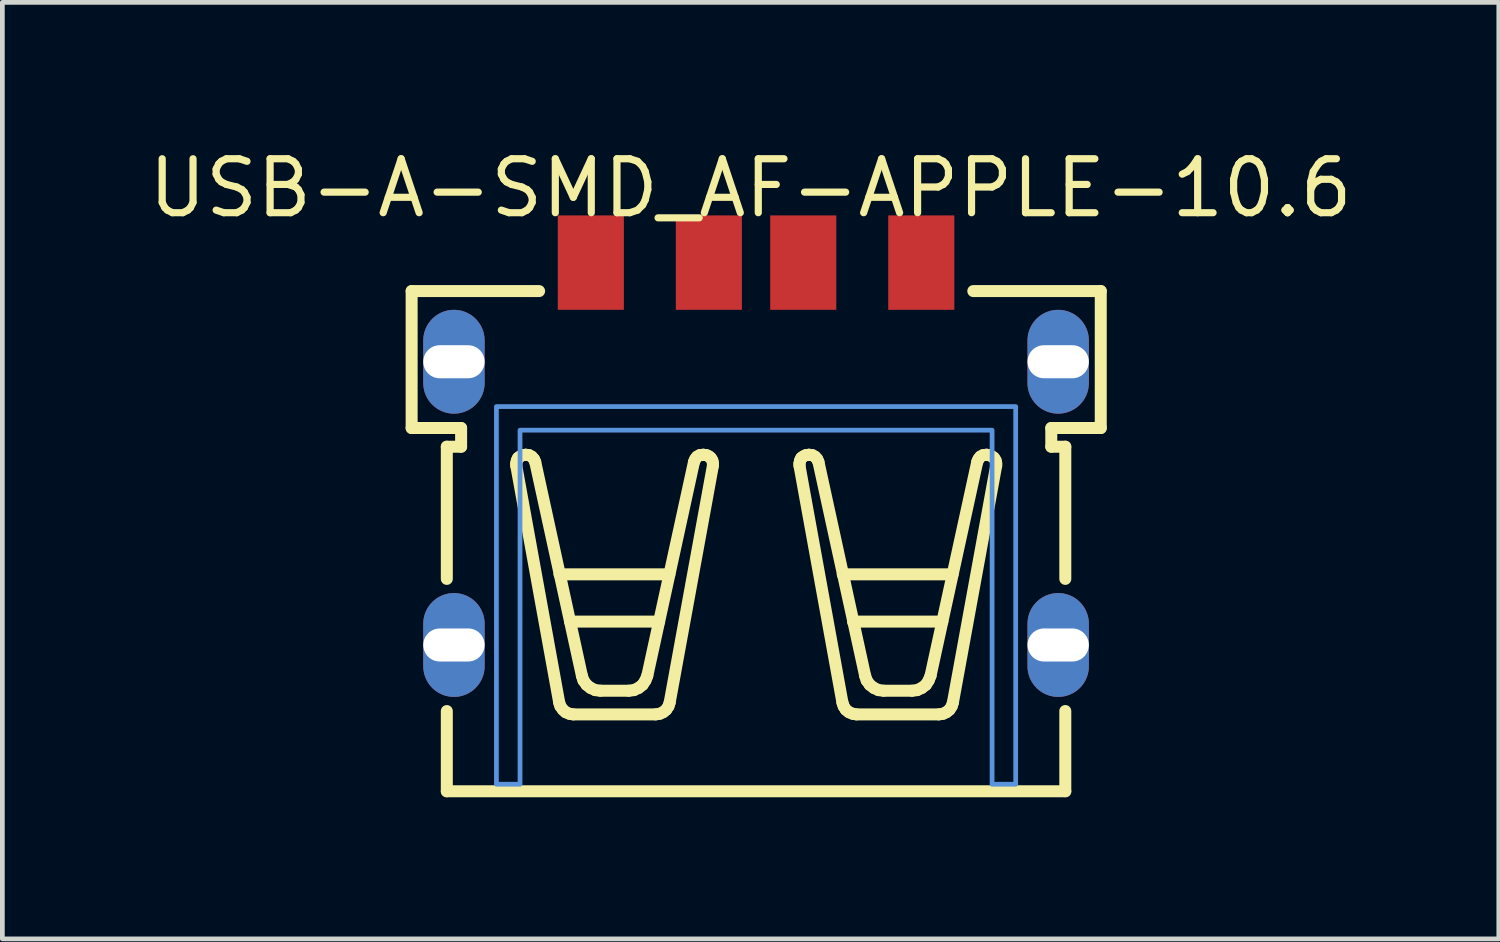
<source format=kicad_pcb>
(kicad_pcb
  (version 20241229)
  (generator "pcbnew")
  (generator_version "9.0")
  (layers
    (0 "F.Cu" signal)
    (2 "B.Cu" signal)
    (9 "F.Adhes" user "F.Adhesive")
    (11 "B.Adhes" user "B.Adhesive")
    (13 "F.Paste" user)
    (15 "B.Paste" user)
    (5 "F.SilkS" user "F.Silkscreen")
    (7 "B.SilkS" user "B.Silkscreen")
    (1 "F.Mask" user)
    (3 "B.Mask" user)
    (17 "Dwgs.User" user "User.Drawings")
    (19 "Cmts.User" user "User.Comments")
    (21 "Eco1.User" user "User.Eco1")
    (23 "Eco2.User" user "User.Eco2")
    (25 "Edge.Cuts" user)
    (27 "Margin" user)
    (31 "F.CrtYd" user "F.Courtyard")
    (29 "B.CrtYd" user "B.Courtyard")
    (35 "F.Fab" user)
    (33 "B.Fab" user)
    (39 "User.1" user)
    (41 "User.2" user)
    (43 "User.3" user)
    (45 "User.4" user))
  (footprint "USB-A-SMD_AF-APPLE-10.6"
    (layer "F.Cu")
    (at 12.966 6.563)
    (property "Reference" "USB-A-SMD_AF-APPLE-10.6" (at -0.116 -5.628 0) (layer "F.SilkS") (effects (font (size 1.143 1.143) (thickness 0.152))))
    (attr smd)
    (fp_line (start -7.296 -3.447) (end -7.296 -0.546) (stroke (width 0.254) (type solid)) (layer "F.SilkS"))
    (fp_line (start -7.296 -3.447) (end -4.596 -3.447) (stroke (width 0.254) (type solid)) (layer "F.SilkS"))
    (fp_line (start -7.296 -0.546) (end -6.248 -0.546) (stroke (width 0.254) (type solid)) (layer "F.SilkS"))
    (fp_line (start -6.551 -0.15) (end -6.551 2.65) (stroke (width 0.254) (type solid)) (layer "F.SilkS"))
    (fp_line (start -6.551 5.45) (end -6.551 7.149) (stroke (width 0.254) (type solid)) (layer "F.SilkS"))
    (fp_line (start -6.551 7.149) (end 6.551 7.149) (stroke (width 0.254) (type solid)) (layer "F.SilkS"))
    (fp_line (start -6.248 -0.546) (end -6.248 -0.15) (stroke (width 0.254) (type solid)) (layer "F.SilkS"))
    (fp_line (start -6.248 -0.15) (end -6.551 -0.15) (stroke (width 0.254) (type solid)) (layer "F.SilkS"))
    (fp_line (start -5.08 0.199) (end -5.067 0.14) (stroke (width 0.254) (type solid)) (layer "F.SilkS"))
    (fp_line (start -5.08 0.252) (end -5.08 0.199) (stroke (width 0.254) (type solid)) (layer "F.SilkS"))
    (fp_line (start -5.08 0.252) (end -4.17 5.27) (stroke (width 0.254) (type solid)) (layer "F.SilkS"))
    (fp_line (start -5.067 0.14) (end -5.041 0.087) (stroke (width 0.254) (type solid)) (layer "F.SilkS"))
    (fp_line (start -5.041 0.087) (end -4.995 0.054) (stroke (width 0.254) (type solid)) (layer "F.SilkS"))
    (fp_line (start -4.995 0.054) (end -4.942 0.028) (stroke (width 0.254) (type solid)) (layer "F.SilkS"))
    (fp_line (start -4.942 0.028) (end -4.883 0.021) (stroke (width 0.254) (type solid)) (layer "F.SilkS"))
    (fp_line (start -4.876 0.021) (end -4.883 0.021) (stroke (width 0.254) (type solid)) (layer "F.SilkS"))
    (fp_line (start -4.876 0.021) (end -4.81 0.028) (stroke (width 0.254) (type solid)) (layer "F.SilkS"))
    (fp_line (start -4.81 0.028) (end -4.751 0.061) (stroke (width 0.254) (type solid)) (layer "F.SilkS"))
    (fp_line (start -4.751 0.061) (end -4.705 0.113) (stroke (width 0.254) (type solid)) (layer "F.SilkS"))
    (fp_line (start -4.705 0.113) (end -4.678 0.173) (stroke (width 0.254) (type solid)) (layer "F.SilkS"))
    (fp_line (start -4.144 5.349) (end -4.17 5.27) (stroke (width 0.254) (type solid)) (layer "F.SilkS"))
    (fp_line (start -4.091 5.421) (end -4.144 5.349) (stroke (width 0.254) (type solid)) (layer "F.SilkS"))
    (fp_line (start -4.032 5.474) (end -4.091 5.421) (stroke (width 0.254) (type solid)) (layer "F.SilkS"))
    (fp_line (start -3.953 5.507) (end -4.032 5.474) (stroke (width 0.254) (type solid)) (layer "F.SilkS"))
    (fp_line (start -3.874 5.52) (end -3.953 5.507) (stroke (width 0.254) (type solid)) (layer "F.SilkS"))
    (fp_line (start -3.874 5.52) (end -2.127 5.52) (stroke (width 0.254) (type solid)) (layer "F.SilkS"))
    (fp_line (start -3.689 4.703) (end -4.678 0.173) (stroke (width 0.254) (type solid)) (layer "F.SilkS"))
    (fp_line (start -3.656 4.802) (end -3.689 4.703) (stroke (width 0.254) (type solid)) (layer "F.SilkS"))
    (fp_line (start -3.59 4.894) (end -3.656 4.802) (stroke (width 0.254) (type solid)) (layer "F.SilkS"))
    (fp_line (start -3.505 4.96) (end -3.59 4.894) (stroke (width 0.254) (type solid)) (layer "F.SilkS"))
    (fp_line (start -3.406 5.006) (end -3.505 4.96) (stroke (width 0.254) (type solid)) (layer "F.SilkS"))
    (fp_line (start -3.3 5.019) (end -3.406 5.006) (stroke (width 0.254) (type solid)) (layer "F.SilkS"))
    (fp_line (start -2.694 5.019) (end -3.3 5.019) (stroke (width 0.254) (type solid)) (layer "F.SilkS"))
    (fp_line (start -2.588 5.006) (end -2.694 5.019) (stroke (width 0.254) (type solid)) (layer "F.SilkS"))
    (fp_line (start -2.489 4.96) (end -2.588 5.006) (stroke (width 0.254) (type solid)) (layer "F.SilkS"))
    (fp_line (start -2.404 4.894) (end -2.489 4.96) (stroke (width 0.254) (type solid)) (layer "F.SilkS"))
    (fp_line (start -2.344 4.802) (end -2.404 4.894) (stroke (width 0.254) (type solid)) (layer "F.SilkS"))
    (fp_line (start -2.304 4.703) (end -2.344 4.802) (stroke (width 0.254) (type solid)) (layer "F.SilkS"))
    (fp_line (start -2.054 3.555) (end -3.94 3.555) (stroke (width 0.254) (type solid)) (layer "F.SilkS"))
    (fp_line (start -2.041 5.507) (end -2.127 5.52) (stroke (width 0.254) (type solid)) (layer "F.SilkS"))
    (fp_line (start -1.968 5.474) (end -2.041 5.507) (stroke (width 0.254) (type solid)) (layer "F.SilkS"))
    (fp_line (start -1.903 5.421) (end -1.968 5.474) (stroke (width 0.254) (type solid)) (layer "F.SilkS"))
    (fp_line (start -1.856 5.349) (end -1.903 5.421) (stroke (width 0.254) (type solid)) (layer "F.SilkS"))
    (fp_line (start -1.836 2.553) (end -4.164 2.553) (stroke (width 0.254) (type solid)) (layer "F.SilkS"))
    (fp_line (start -1.83 5.27) (end -1.856 5.349) (stroke (width 0.254) (type solid)) (layer "F.SilkS"))
    (fp_line (start -1.83 5.27) (end -0.914 0.252) (stroke (width 0.254) (type solid)) (layer "F.SilkS"))
    (fp_line (start -1.315 0.173) (end -2.304 4.703) (stroke (width 0.254) (type solid)) (layer "F.SilkS"))
    (fp_line (start -1.315 0.173) (end -1.289 0.113) (stroke (width 0.254) (type solid)) (layer "F.SilkS"))
    (fp_line (start -1.289 0.113) (end -1.25 0.061) (stroke (width 0.254) (type solid)) (layer "F.SilkS"))
    (fp_line (start -1.25 0.061) (end -1.19 0.028) (stroke (width 0.254) (type solid)) (layer "F.SilkS"))
    (fp_line (start -1.19 0.028) (end -1.124 0.021) (stroke (width 0.254) (type solid)) (layer "F.SilkS"))
    (fp_line (start -1.111 0.021) (end -1.124 0.021) (stroke (width 0.254) (type solid)) (layer "F.SilkS"))
    (fp_line (start -1.111 0.021) (end -1.052 0.028) (stroke (width 0.254) (type solid)) (layer "F.SilkS"))
    (fp_line (start -1.052 0.028) (end -0.999 0.054) (stroke (width 0.254) (type solid)) (layer "F.SilkS"))
    (fp_line (start -0.999 0.054) (end -0.959 0.087) (stroke (width 0.254) (type solid)) (layer "F.SilkS"))
    (fp_line (start -0.959 0.087) (end -0.926 0.14) (stroke (width 0.254) (type solid)) (layer "F.SilkS"))
    (fp_line (start -0.926 0.14) (end -0.914 0.199) (stroke (width 0.254) (type solid)) (layer "F.SilkS"))
    (fp_line (start -0.914 0.199) (end -0.914 0.252) (stroke (width 0.254) (type solid)) (layer "F.SilkS"))
    (fp_line (start 0.92 0.199) (end 0.933 0.14) (stroke (width 0.254) (type solid)) (layer "F.SilkS"))
    (fp_line (start 0.92 0.252) (end 0.92 0.199) (stroke (width 0.254) (type solid)) (layer "F.SilkS"))
    (fp_line (start 0.92 0.252) (end 1.83 5.27) (stroke (width 0.254) (type solid)) (layer "F.SilkS"))
    (fp_line (start 0.933 0.14) (end 0.959 0.087) (stroke (width 0.254) (type solid)) (layer "F.SilkS"))
    (fp_line (start 0.959 0.087) (end 1.005 0.054) (stroke (width 0.254) (type solid)) (layer "F.SilkS"))
    (fp_line (start 1.005 0.054) (end 1.058 0.028) (stroke (width 0.254) (type solid)) (layer "F.SilkS"))
    (fp_line (start 1.058 0.028) (end 1.117 0.021) (stroke (width 0.254) (type solid)) (layer "F.SilkS"))
    (fp_line (start 1.124 0.021) (end 1.117 0.021) (stroke (width 0.254) (type solid)) (layer "F.SilkS"))
    (fp_line (start 1.124 0.021) (end 1.19 0.028) (stroke (width 0.254) (type solid)) (layer "F.SilkS"))
    (fp_line (start 1.19 0.028) (end 1.25 0.061) (stroke (width 0.254) (type solid)) (layer "F.SilkS"))
    (fp_line (start 1.25 0.061) (end 1.296 0.113) (stroke (width 0.254) (type solid)) (layer "F.SilkS"))
    (fp_line (start 1.296 0.113) (end 1.322 0.173) (stroke (width 0.254) (type solid)) (layer "F.SilkS"))
    (fp_line (start 1.836 2.553) (end 4.164 2.553) (stroke (width 0.254) (type solid)) (layer "F.SilkS"))
    (fp_line (start 1.856 5.349) (end 1.83 5.27) (stroke (width 0.254) (type solid)) (layer "F.SilkS"))
    (fp_line (start 1.902 5.421) (end 1.856 5.349) (stroke (width 0.254) (type solid)) (layer "F.SilkS"))
    (fp_line (start 1.968 5.474) (end 1.902 5.421) (stroke (width 0.254) (type solid)) (layer "F.SilkS"))
    (fp_line (start 2.047 5.507) (end 1.968 5.474) (stroke (width 0.254) (type solid)) (layer "F.SilkS"))
    (fp_line (start 2.054 3.555) (end 3.946 3.555) (stroke (width 0.254) (type solid)) (layer "F.SilkS"))
    (fp_line (start 2.126 5.52) (end 2.047 5.507) (stroke (width 0.254) (type solid)) (layer "F.SilkS"))
    (fp_line (start 2.126 5.52) (end 3.874 5.52) (stroke (width 0.254) (type solid)) (layer "F.SilkS"))
    (fp_line (start 2.311 4.703) (end 1.322 0.173) (stroke (width 0.254) (type solid)) (layer "F.SilkS"))
    (fp_line (start 2.344 4.802) (end 2.311 4.703) (stroke (width 0.254) (type solid)) (layer "F.SilkS"))
    (fp_line (start 2.41 4.894) (end 2.344 4.802) (stroke (width 0.254) (type solid)) (layer "F.SilkS"))
    (fp_line (start 2.496 4.96) (end 2.41 4.894) (stroke (width 0.254) (type solid)) (layer "F.SilkS"))
    (fp_line (start 2.595 5.006) (end 2.496 4.96) (stroke (width 0.254) (type solid)) (layer "F.SilkS"))
    (fp_line (start 2.7 5.019) (end 2.595 5.006) (stroke (width 0.254) (type solid)) (layer "F.SilkS"))
    (fp_line (start 3.307 5.019) (end 2.7 5.019) (stroke (width 0.254) (type solid)) (layer "F.SilkS"))
    (fp_line (start 3.412 5.006) (end 3.307 5.019) (stroke (width 0.254) (type solid)) (layer "F.SilkS"))
    (fp_line (start 3.511 4.96) (end 3.412 5.006) (stroke (width 0.254) (type solid)) (layer "F.SilkS"))
    (fp_line (start 3.597 4.894) (end 3.511 4.96) (stroke (width 0.254) (type solid)) (layer "F.SilkS"))
    (fp_line (start 3.656 4.802) (end 3.597 4.894) (stroke (width 0.254) (type solid)) (layer "F.SilkS"))
    (fp_line (start 3.696 4.703) (end 3.656 4.802) (stroke (width 0.254) (type solid)) (layer "F.SilkS"))
    (fp_line (start 3.96 5.507) (end 3.874 5.52) (stroke (width 0.254) (type solid)) (layer "F.SilkS"))
    (fp_line (start 4.032 5.474) (end 3.96 5.507) (stroke (width 0.254) (type solid)) (layer "F.SilkS"))
    (fp_line (start 4.098 5.421) (end 4.032 5.474) (stroke (width 0.254) (type solid)) (layer "F.SilkS"))
    (fp_line (start 4.144 5.349) (end 4.098 5.421) (stroke (width 0.254) (type solid)) (layer "F.SilkS"))
    (fp_line (start 4.17 5.27) (end 4.144 5.349) (stroke (width 0.254) (type solid)) (layer "F.SilkS"))
    (fp_line (start 4.17 5.27) (end 5.087 0.252) (stroke (width 0.254) (type solid)) (layer "F.SilkS"))
    (fp_line (start 4.602 -3.447) (end 7.302 -3.447) (stroke (width 0.254) (type solid)) (layer "F.SilkS"))
    (fp_line (start 4.685 0.173) (end 3.696 4.703) (stroke (width 0.254) (type solid)) (layer "F.SilkS"))
    (fp_line (start 4.685 0.173) (end 4.711 0.113) (stroke (width 0.254) (type solid)) (layer "F.SilkS"))
    (fp_line (start 4.711 0.113) (end 4.751 0.061) (stroke (width 0.254) (type solid)) (layer "F.SilkS"))
    (fp_line (start 4.751 0.061) (end 4.81 0.028) (stroke (width 0.254) (type solid)) (layer "F.SilkS"))
    (fp_line (start 4.81 0.028) (end 4.876 0.021) (stroke (width 0.254) (type solid)) (layer "F.SilkS"))
    (fp_line (start 4.889 0.021) (end 4.876 0.021) (stroke (width 0.254) (type solid)) (layer "F.SilkS"))
    (fp_line (start 4.889 0.021) (end 4.942 0.028) (stroke (width 0.254) (type solid)) (layer "F.SilkS"))
    (fp_line (start 4.942 0.028) (end 4.995 0.054) (stroke (width 0.254) (type solid)) (layer "F.SilkS"))
    (fp_line (start 4.995 0.054) (end 5.041 0.087) (stroke (width 0.254) (type solid)) (layer "F.SilkS"))
    (fp_line (start 5.041 0.087) (end 5.074 0.14) (stroke (width 0.254) (type solid)) (layer "F.SilkS"))
    (fp_line (start 5.074 0.14) (end 5.087 0.199) (stroke (width 0.254) (type solid)) (layer "F.SilkS"))
    (fp_line (start 5.087 0.199) (end 5.087 0.252) (stroke (width 0.254) (type solid)) (layer "F.SilkS"))
    (fp_line (start 6.254 -0.546) (end 6.254 -0.15) (stroke (width 0.254) (type solid)) (layer "F.SilkS"))
    (fp_line (start 6.254 -0.546) (end 7.302 -0.546) (stroke (width 0.254) (type solid)) (layer "F.SilkS"))
    (fp_line (start 6.254 -0.15) (end 6.551 -0.15) (stroke (width 0.254) (type solid)) (layer "F.SilkS"))
    (fp_line (start 6.551 -0.15) (end 6.551 2.65) (stroke (width 0.254) (type solid)) (layer "F.SilkS"))
    (fp_line (start 6.551 5.449) (end 6.551 7.148) (stroke (width 0.254) (type solid)) (layer "F.SilkS"))
    (fp_line (start 7.302 -3.447) (end 7.302 -0.546) (stroke (width 0.254) (type solid)) (layer "F.SilkS"))
    (fp_poly (pts (xy -2.8 -3.05) (xy -2.8 -5.05) (xy -4.2 -5.05) (xy -4.2 -3.05)) (stroke (width 0) (type solid)) (fill yes) (layer "F.Paste"))
    (fp_poly (pts (xy -0.3 -3.05) (xy -0.3 -5.05) (xy -1.7 -5.05) (xy -1.7 -3.05)) (stroke (width 0) (type solid)) (fill yes) (layer "F.Paste"))
    (fp_poly (pts (xy 0.3 -5.05) (xy 0.3 -3.05) (xy 1.7 -3.05) (xy 1.7 -5.05)) (stroke (width 0) (type solid)) (fill yes) (layer "F.Paste"))
    (fp_poly (pts (xy 2.8 -5.05) (xy 2.8 -3.05) (xy 4.2 -3.05) (xy 4.2 -5.05)) (stroke (width 0) (type solid)) (fill yes) (layer "F.Paste"))
    (fp_poly (pts (xy -6.416 -3.05) (xy -6.448 -3.048) (xy -6.481 -3.045) (xy -6.513 -3.04) (xy -6.545 -3.034) (xy -6.576 -3.026) (xy -6.607 -3.016) (xy -6.637 -3.005) (xy -6.667 -2.993) (xy -6.696 -2.979) (xy -6.725 -2.963) (xy -6.753 -2.946) (xy -6.779 -2.928) (xy -6.805 -2.908) (xy -6.83 -2.887) (xy -6.854 -2.865) (xy -6.876 -2.842) (xy -6.898 -2.818) (xy -6.918 -2.793) (xy -6.937 -2.766) (xy -6.955 -2.739) (xy -6.971 -2.711) (xy -6.986 -2.682) (xy -6.999 -2.653) (xy -7.011 -2.622) (xy -7.021 -2.592) (xy -7.03 -2.561) (xy -7.037 -2.529) (xy -7.043 -2.497) (xy -7.047 -2.465) (xy -7.049 -2.433) (xy -7.05 -2.4) (xy -7.05 -1.5) (xy -7.049 -1.468) (xy -7.047 -1.435) (xy -7.043 -1.403) (xy -7.037 -1.371) (xy -7.03 -1.34) (xy -7.021 -1.309) (xy -7.011 -1.278) (xy -6.999 -1.248) (xy -6.986 -1.218) (xy -6.971 -1.189) (xy -6.955 -1.161) (xy -6.937 -1.134) (xy -6.918 -1.108) (xy -6.898 -1.082) (xy -6.876 -1.058) (xy -6.854 -1.035) (xy -6.83 -1.013) (xy -6.805 -0.992) (xy -6.779 -0.972) (xy -6.753 -0.954) (xy -6.725 -0.937) (xy -6.696 -0.922) (xy -6.667 -0.908) (xy -6.637 -0.895) (xy -6.607 -0.884) (xy -6.576 -0.874) (xy -6.545 -0.866) (xy -6.513 -0.86) (xy -6.481 -0.855) (xy -6.448 -0.852) (xy -6.416 -0.85) (xy -6.384 -0.85) (xy -6.351 -0.852) (xy -6.319 -0.855) (xy -6.287 -0.86) (xy -6.255 -0.866) (xy -6.224 -0.874) (xy -6.193 -0.884) (xy -6.162 -0.895) (xy -6.133 -0.908) (xy -6.103 -0.922) (xy -6.075 -0.937) (xy -6.047 -0.954) (xy -6.02 -0.972) (xy -5.995 -0.992) (xy -5.97 -1.013) (xy -5.946 -1.035) (xy -5.923 -1.058) (xy -5.902 -1.082) (xy -5.882 -1.108) (xy -5.863 -1.134) (xy -5.845 -1.161) (xy -5.829 -1.189) (xy -5.814 -1.218) (xy -5.801 -1.248) (xy -5.789 -1.278) (xy -5.779 -1.309) (xy -5.77 -1.34) (xy -5.763 -1.371) (xy -5.757 -1.403) (xy -5.753 -1.435) (xy -5.751 -1.468) (xy -5.75 -1.5) (xy -5.75 -2.4) (xy -5.751 -2.433) (xy -5.753 -2.465) (xy -5.757 -2.497) (xy -5.763 -2.529) (xy -5.77 -2.561) (xy -5.779 -2.592) (xy -5.789 -2.622) (xy -5.801 -2.653) (xy -5.814 -2.682) (xy -5.829 -2.711) (xy -5.845 -2.739) (xy -5.863 -2.766) (xy -5.882 -2.793) (xy -5.902 -2.818) (xy -5.923 -2.842) (xy -5.946 -2.865) (xy -5.97 -2.887) (xy -5.995 -2.908) (xy -6.02 -2.928) (xy -6.047 -2.946) (xy -6.075 -2.963) (xy -6.103 -2.979) (xy -6.133 -2.993) (xy -6.162 -3.005) (xy -6.193 -3.016) (xy -6.224 -3.026) (xy -6.255 -3.034) (xy -6.287 -3.04) (xy -6.319 -3.045) (xy -6.351 -3.048) (xy -6.384 -3.05)) (stroke (width 0) (type solid)) (fill yes) (layer "F.Paste"))
    (fp_poly (pts (xy -6.416 2.951) (xy -6.448 2.952) (xy -6.481 2.955) (xy -6.513 2.96) (xy -6.545 2.967) (xy -6.576 2.975) (xy -6.607 2.984) (xy -6.637 2.995) (xy -6.667 3.008) (xy -6.696 3.022) (xy -6.725 3.037) (xy -6.753 3.054) (xy -6.779 3.073) (xy -6.805 3.092) (xy -6.83 3.113) (xy -6.854 3.135) (xy -6.876 3.158) (xy -6.898 3.183) (xy -6.918 3.208) (xy -6.937 3.234) (xy -6.955 3.261) (xy -6.971 3.29) (xy -6.986 3.318) (xy -6.999 3.348) (xy -7.011 3.378) (xy -7.021 3.409) (xy -7.03 3.44) (xy -7.037 3.472) (xy -7.043 3.504) (xy -7.047 3.536) (xy -7.049 3.568) (xy -7.05 3.6) (xy -7.05 4.5) (xy -7.049 4.533) (xy -7.047 4.565) (xy -7.043 4.597) (xy -7.037 4.629) (xy -7.03 4.661) (xy -7.021 4.692) (xy -7.011 4.723) (xy -6.999 4.753) (xy -6.986 4.782) (xy -6.971 4.811) (xy -6.955 4.839) (xy -6.937 4.867) (xy -6.918 4.893) (xy -6.898 4.918) (xy -6.876 4.943) (xy -6.854 4.966) (xy -6.83 4.988) (xy -6.805 5.009) (xy -6.779 5.028) (xy -6.753 5.046) (xy -6.725 5.063) (xy -6.696 5.079) (xy -6.667 5.093) (xy -6.637 5.105) (xy -6.607 5.117) (xy -6.576 5.126) (xy -6.545 5.134) (xy -6.513 5.141) (xy -6.481 5.145) (xy -6.448 5.149) (xy -6.416 5.15) (xy -6.384 5.15) (xy -6.351 5.149) (xy -6.319 5.145) (xy -6.287 5.141) (xy -6.255 5.134) (xy -6.224 5.126) (xy -6.193 5.117) (xy -6.162 5.105) (xy -6.133 5.093) (xy -6.103 5.079) (xy -6.075 5.063) (xy -6.047 5.046) (xy -6.02 5.028) (xy -5.995 5.009) (xy -5.97 4.988) (xy -5.946 4.966) (xy -5.923 4.943) (xy -5.902 4.918) (xy -5.882 4.893) (xy -5.863 4.867) (xy -5.845 4.839) (xy -5.829 4.811) (xy -5.814 4.782) (xy -5.801 4.753) (xy -5.789 4.723) (xy -5.779 4.692) (xy -5.77 4.661) (xy -5.763 4.629) (xy -5.757 4.597) (xy -5.753 4.565) (xy -5.751 4.533) (xy -5.75 4.5) (xy -5.75 3.6) (xy -5.751 3.568) (xy -5.753 3.536) (xy -5.757 3.504) (xy -5.763 3.472) (xy -5.77 3.44) (xy -5.779 3.409) (xy -5.789 3.378) (xy -5.801 3.348) (xy -5.814 3.318) (xy -5.829 3.29) (xy -5.845 3.261) (xy -5.863 3.234) (xy -5.882 3.208) (xy -5.902 3.183) (xy -5.923 3.158) (xy -5.946 3.135) (xy -5.97 3.113) (xy -5.995 3.092) (xy -6.02 3.073) (xy -6.047 3.054) (xy -6.075 3.037) (xy -6.103 3.022) (xy -6.133 3.008) (xy -6.162 2.995) (xy -6.193 2.984) (xy -6.224 2.975) (xy -6.255 2.967) (xy -6.287 2.96) (xy -6.319 2.955) (xy -6.351 2.952) (xy -6.384 2.951)) (stroke (width 0) (type solid)) (fill yes) (layer "F.Paste"))
    (fp_poly (pts (xy 6.449 -3.048) (xy 6.416 -3.05) (xy 6.384 -3.05) (xy 6.352 -3.048) (xy 6.319 -3.045) (xy 6.287 -3.04) (xy 6.256 -3.034) (xy 6.224 -3.026) (xy 6.193 -3.016) (xy 6.163 -3.005) (xy 6.133 -2.993) (xy 6.104 -2.979) (xy 6.075 -2.963) (xy 6.048 -2.946) (xy 6.021 -2.928) (xy 5.995 -2.908) (xy 5.97 -2.887) (xy 5.946 -2.865) (xy 5.924 -2.842) (xy 5.902 -2.818) (xy 5.882 -2.793) (xy 5.863 -2.766) (xy 5.846 -2.739) (xy 5.829 -2.711) (xy 5.815 -2.682) (xy 5.801 -2.653) (xy 5.789 -2.622) (xy 5.779 -2.592) (xy 5.77 -2.561) (xy 5.763 -2.529) (xy 5.757 -2.497) (xy 5.753 -2.465) (xy 5.751 -2.433) (xy 5.75 -2.4) (xy 5.75 -1.5) (xy 5.751 -1.468) (xy 5.753 -1.435) (xy 5.757 -1.403) (xy 5.763 -1.371) (xy 5.77 -1.34) (xy 5.779 -1.309) (xy 5.789 -1.278) (xy 5.801 -1.248) (xy 5.815 -1.218) (xy 5.829 -1.189) (xy 5.846 -1.161) (xy 5.863 -1.134) (xy 5.882 -1.108) (xy 5.902 -1.082) (xy 5.924 -1.058) (xy 5.946 -1.035) (xy 5.97 -1.013) (xy 5.995 -0.992) (xy 6.021 -0.972) (xy 6.048 -0.954) (xy 6.075 -0.937) (xy 6.104 -0.922) (xy 6.133 -0.908) (xy 6.163 -0.895) (xy 6.193 -0.884) (xy 6.224 -0.874) (xy 6.256 -0.866) (xy 6.287 -0.86) (xy 6.319 -0.855) (xy 6.352 -0.852) (xy 6.384 -0.85) (xy 6.416 -0.85) (xy 6.449 -0.852) (xy 6.481 -0.855) (xy 6.513 -0.86) (xy 6.545 -0.866) (xy 6.576 -0.874) (xy 6.607 -0.884) (xy 6.638 -0.895) (xy 6.668 -0.908) (xy 6.697 -0.922) (xy 6.725 -0.937) (xy 6.753 -0.954) (xy 6.78 -0.972) (xy 6.805 -0.992) (xy 6.83 -1.013) (xy 6.854 -1.035) (xy 6.877 -1.058) (xy 6.898 -1.082) (xy 6.918 -1.108) (xy 6.937 -1.134) (xy 6.955 -1.161) (xy 6.971 -1.189) (xy 6.986 -1.218) (xy 6.999 -1.248) (xy 7.011 -1.278) (xy 7.021 -1.309) (xy 7.03 -1.34) (xy 7.037 -1.371) (xy 7.043 -1.403) (xy 7.047 -1.435) (xy 7.049 -1.468) (xy 7.05 -1.5) (xy 7.05 -2.4) (xy 7.049 -2.433) (xy 7.047 -2.465) (xy 7.043 -2.497) (xy 7.037 -2.529) (xy 7.03 -2.561) (xy 7.021 -2.592) (xy 7.011 -2.622) (xy 6.999 -2.653) (xy 6.986 -2.682) (xy 6.971 -2.711) (xy 6.955 -2.739) (xy 6.937 -2.766) (xy 6.918 -2.793) (xy 6.898 -2.818) (xy 6.877 -2.842) (xy 6.854 -2.865) (xy 6.83 -2.887) (xy 6.805 -2.908) (xy 6.78 -2.928) (xy 6.753 -2.946) (xy 6.725 -2.963) (xy 6.697 -2.979) (xy 6.668 -2.993) (xy 6.638 -3.005) (xy 6.607 -3.016) (xy 6.576 -3.026) (xy 6.545 -3.034) (xy 6.513 -3.04) (xy 6.481 -3.045)) (stroke (width 0) (type solid)) (fill yes) (layer "F.Paste"))
    (fp_poly (pts (xy 6.449 2.952) (xy 6.416 2.951) (xy 6.384 2.951) (xy 6.352 2.952) (xy 6.319 2.955) (xy 6.287 2.96) (xy 6.256 2.967) (xy 6.224 2.975) (xy 6.193 2.984) (xy 6.163 2.995) (xy 6.133 3.008) (xy 6.104 3.022) (xy 6.075 3.037) (xy 6.048 3.054) (xy 6.021 3.073) (xy 5.995 3.092) (xy 5.97 3.113) (xy 5.946 3.135) (xy 5.924 3.158) (xy 5.902 3.183) (xy 5.882 3.208) (xy 5.863 3.234) (xy 5.846 3.261) (xy 5.829 3.29) (xy 5.815 3.318) (xy 5.801 3.348) (xy 5.789 3.378) (xy 5.779 3.409) (xy 5.77 3.44) (xy 5.763 3.472) (xy 5.757 3.504) (xy 5.753 3.536) (xy 5.751 3.568) (xy 5.75 3.6) (xy 5.75 4.5) (xy 5.751 4.533) (xy 5.753 4.565) (xy 5.757 4.597) (xy 5.763 4.629) (xy 5.77 4.661) (xy 5.779 4.692) (xy 5.789 4.723) (xy 5.801 4.753) (xy 5.815 4.782) (xy 5.829 4.811) (xy 5.846 4.839) (xy 5.863 4.867) (xy 5.882 4.893) (xy 5.902 4.918) (xy 5.924 4.943) (xy 5.946 4.966) (xy 5.97 4.988) (xy 5.995 5.009) (xy 6.021 5.028) (xy 6.048 5.046) (xy 6.075 5.063) (xy 6.104 5.079) (xy 6.133 5.093) (xy 6.163 5.105) (xy 6.193 5.117) (xy 6.224 5.126) (xy 6.256 5.134) (xy 6.287 5.141) (xy 6.319 5.145) (xy 6.352 5.149) (xy 6.384 5.15) (xy 6.416 5.15) (xy 6.449 5.149) (xy 6.481 5.145) (xy 6.513 5.141) (xy 6.545 5.134) (xy 6.576 5.126) (xy 6.607 5.117) (xy 6.638 5.105) (xy 6.668 5.093) (xy 6.697 5.079) (xy 6.725 5.063) (xy 6.753 5.046) (xy 6.78 5.028) (xy 6.805 5.009) (xy 6.83 4.988) (xy 6.854 4.966) (xy 6.877 4.943) (xy 6.898 4.918) (xy 6.918 4.893) (xy 6.937 4.867) (xy 6.955 4.839) (xy 6.971 4.811) (xy 6.986 4.782) (xy 6.999 4.753) (xy 7.011 4.723) (xy 7.021 4.692) (xy 7.03 4.661) (xy 7.037 4.629) (xy 7.043 4.597) (xy 7.047 4.565) (xy 7.049 4.533) (xy 7.05 4.5) (xy 7.05 3.6) (xy 7.049 3.568) (xy 7.047 3.536) (xy 7.043 3.504) (xy 7.037 3.472) (xy 7.03 3.44) (xy 7.021 3.409) (xy 7.011 3.378) (xy 6.999 3.348) (xy 6.986 3.318) (xy 6.971 3.29) (xy 6.955 3.261) (xy 6.937 3.234) (xy 6.918 3.208) (xy 6.898 3.183) (xy 6.877 3.158) (xy 6.854 3.135) (xy 6.83 3.113) (xy 6.805 3.092) (xy 6.78 3.073) (xy 6.753 3.054) (xy 6.725 3.037) (xy 6.697 3.022) (xy 6.668 3.008) (xy 6.638 2.995) (xy 6.607 2.984) (xy 6.576 2.975) (xy 6.545 2.967) (xy 6.513 2.96) (xy 6.481 2.955)) (stroke (width 0) (type solid)) (fill yes) (layer "F.Paste"))
    (fp_poly (pts (xy -5.5 7) (xy -5.5 -1) (xy 5.5 -1) (xy 5.5 7) (xy 5 7) (xy 5 -0.5) (xy -5 -0.5) (xy -5 7)) (stroke (width 0.1) (type solid)) (fill no) (layer "Cmts.User"))
    (pad "1" smd rect (at -3.5 -4.05 180) (size 1.4 2) (layers "F.Cu" "F.Mask" "F.Paste"))
    (pad "2" smd rect (at -1 -4.05 180) (size 1.4 2) (layers "F.Cu" "F.Mask" "F.Paste"))
    (pad "3" smd rect (at 1 -4.05 180) (size 1.4 2) (layers "F.Cu" "F.Mask" "F.Paste"))
    (pad "4" smd rect (at 3.5 -4.05 180) (size 1.4 2) (layers "F.Cu" "F.Mask" "F.Paste"))
    (pad "SH1" thru_hole oval (at -6.4 -1.95 270) (size 2.2 1.3) (drill oval 0.7 1.5) (layers "*.Cu" "*.Paste" "*.Mask"))
    (pad "SH2" thru_hole oval (at -6.4 4.05 270) (size 2.2 1.3) (drill oval 0.7 1.5) (layers "*.Cu" "*.Paste" "*.Mask"))
    (pad "SH3" thru_hole oval (at 6.4 -1.95 90) (size 2.2 1.3) (drill oval 0.7 1.5) (layers "*.Cu" "*.Paste" "*.Mask"))
    (pad "SH4" thru_hole oval (at 6.4 4.05 90) (size 2.2 1.3) (drill oval 0.7 1.5) (layers "*.Cu" "*.Paste" "*.Mask")))
  (gr_rect
    (start -3 -3)
    (end 28.7 16.839)
    (stroke (width 0.1) (type default))
    (fill no)
    (layer "Edge.Cuts")))
</source>
